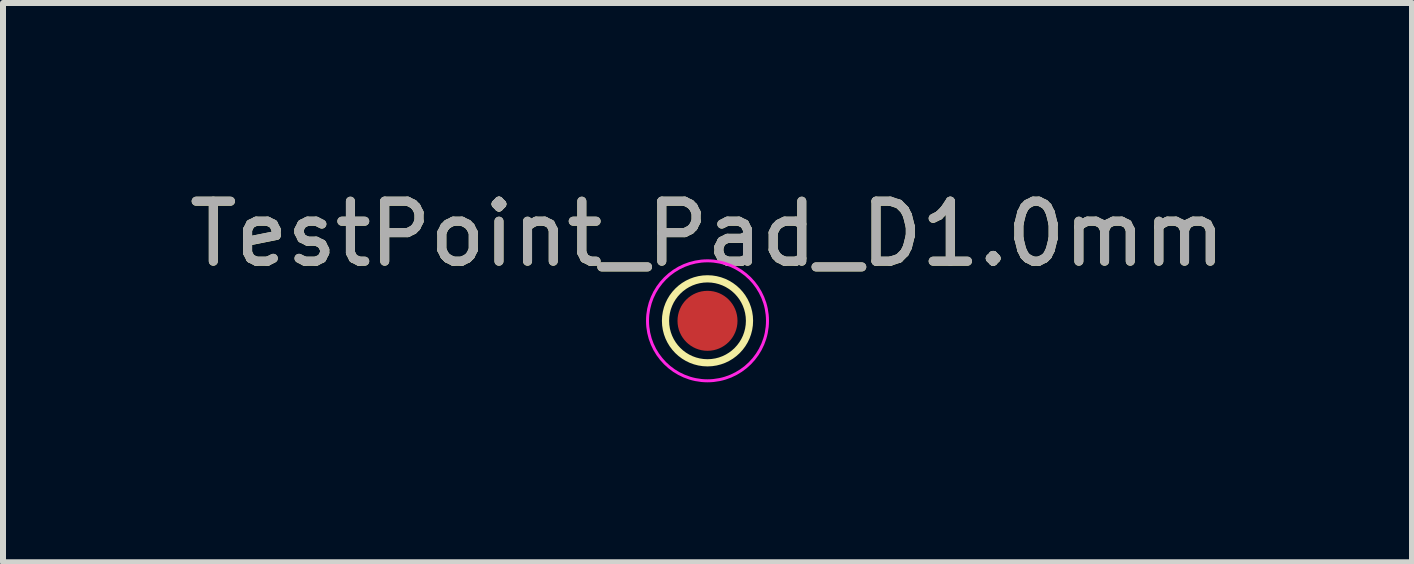
<source format=kicad_pcb>
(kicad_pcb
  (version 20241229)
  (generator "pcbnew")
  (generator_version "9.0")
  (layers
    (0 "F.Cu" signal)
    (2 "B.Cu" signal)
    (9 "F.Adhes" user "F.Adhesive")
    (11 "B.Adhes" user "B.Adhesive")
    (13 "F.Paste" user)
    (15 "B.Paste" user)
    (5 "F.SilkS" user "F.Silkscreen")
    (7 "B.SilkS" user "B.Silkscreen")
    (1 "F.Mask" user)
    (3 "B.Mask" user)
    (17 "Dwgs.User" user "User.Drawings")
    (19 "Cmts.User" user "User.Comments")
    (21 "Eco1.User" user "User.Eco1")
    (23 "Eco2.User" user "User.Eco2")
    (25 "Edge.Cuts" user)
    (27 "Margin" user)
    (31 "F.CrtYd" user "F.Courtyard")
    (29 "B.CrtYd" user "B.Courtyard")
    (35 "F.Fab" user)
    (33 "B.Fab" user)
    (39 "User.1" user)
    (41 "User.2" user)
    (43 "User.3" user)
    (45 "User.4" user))
  (footprint "TestPoint_Pad_D1.0mm"
    (layer "F.Cu")
    (at 8.744 2.298)
    (property "Reference" "TestPoint_Pad_D1.0mm" (at 0 -1.448 0) (layer "F.SilkS") (effects (font (size 1 1) (thickness 0.15))))
    (attr exclude_from_pos_files exclude_from_bom)
    (fp_circle (center 0 0) (end 0 0.7) (stroke (width 0.12) (type solid)) (fill no) (layer "F.SilkS"))
    (fp_circle (center 0 0) (end 1 0) (stroke (width 0.05) (type solid)) (fill no) (layer "F.CrtYd"))
    (fp_text user "${REFERENCE}" (at 0 -1.45 0) (layer "F.Fab") (effects (font (size 1 1) (thickness 0.15))))
    (pad "" smd circle (at 0 0) (size 1 1) (layers "F.Cu" "F.Mask")))
  (gr_rect
    (start -3 -3)
    (end 20.488 6.323)
    (stroke (width 0.1) (type default))
    (fill no)
    (layer "Edge.Cuts")))
</source>
